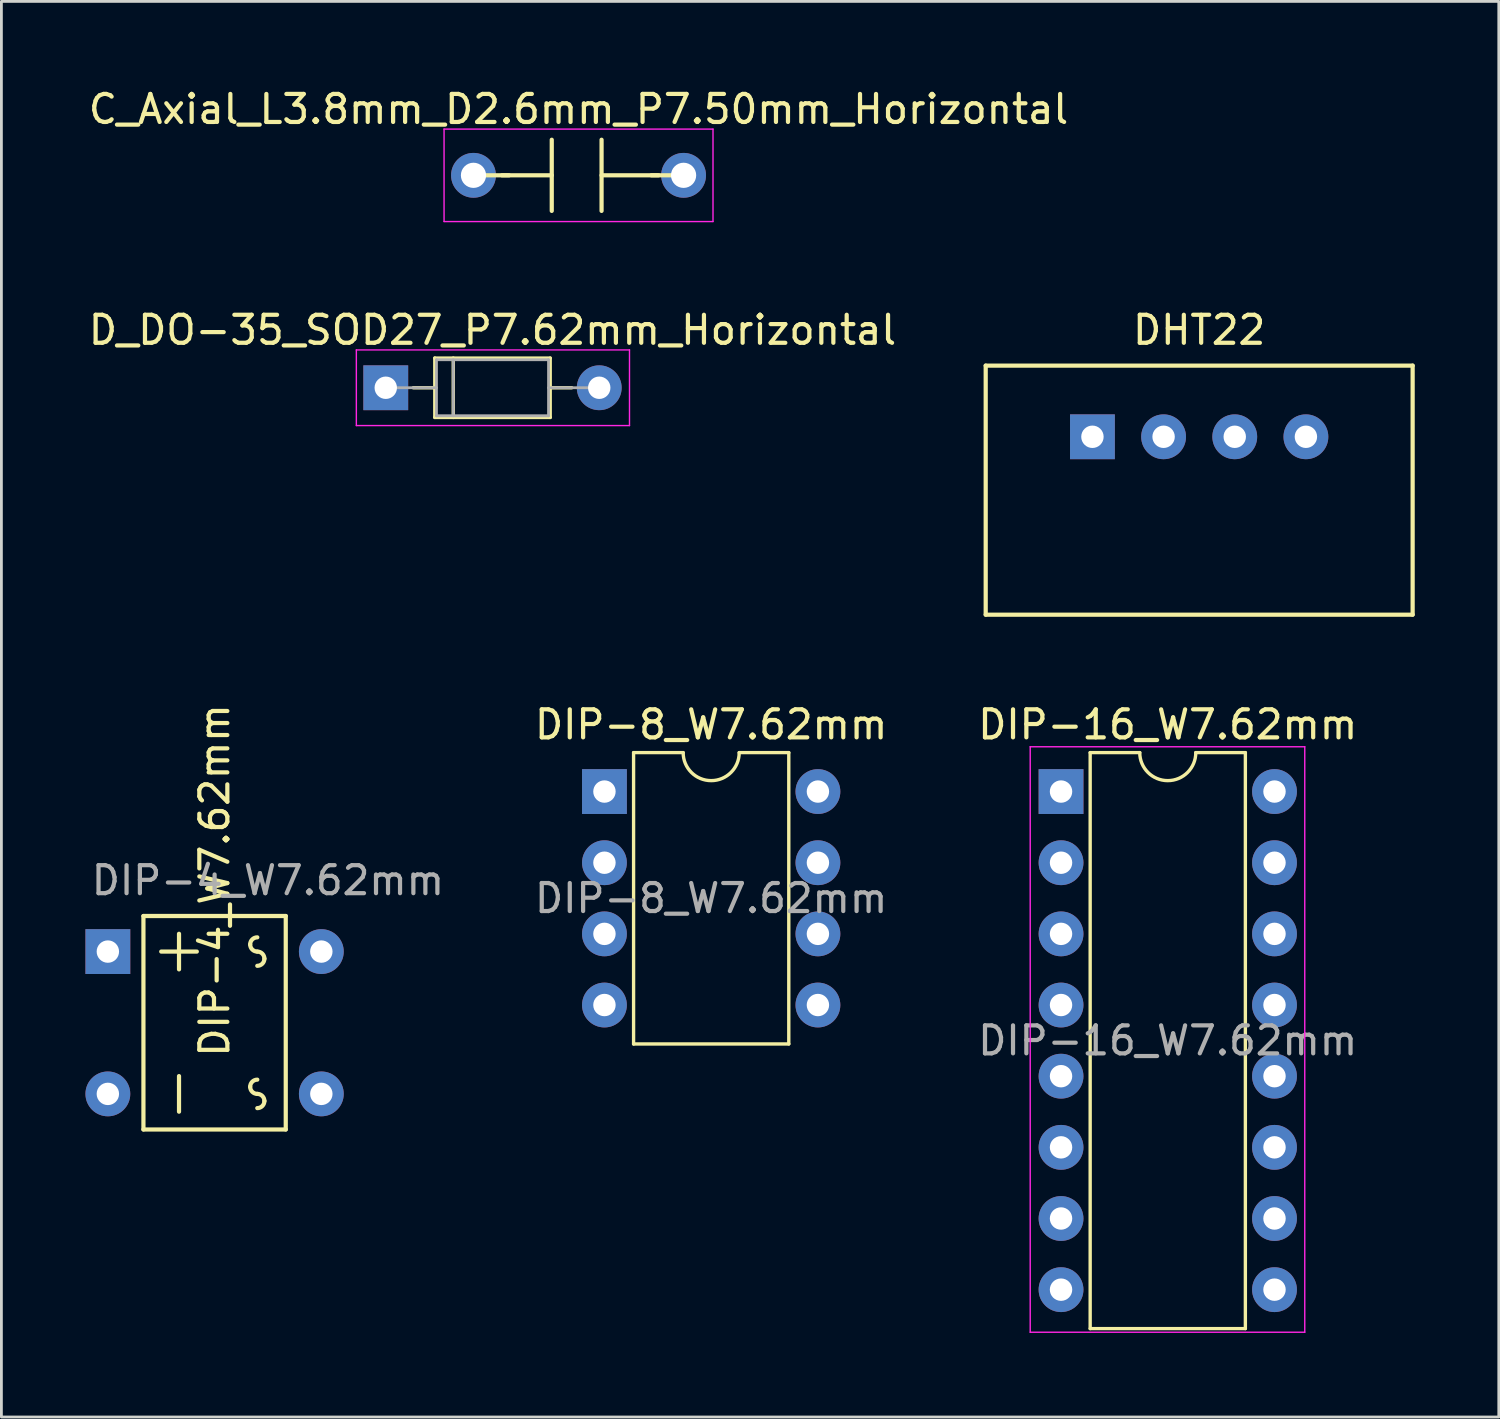
<source format=kicad_pcb>
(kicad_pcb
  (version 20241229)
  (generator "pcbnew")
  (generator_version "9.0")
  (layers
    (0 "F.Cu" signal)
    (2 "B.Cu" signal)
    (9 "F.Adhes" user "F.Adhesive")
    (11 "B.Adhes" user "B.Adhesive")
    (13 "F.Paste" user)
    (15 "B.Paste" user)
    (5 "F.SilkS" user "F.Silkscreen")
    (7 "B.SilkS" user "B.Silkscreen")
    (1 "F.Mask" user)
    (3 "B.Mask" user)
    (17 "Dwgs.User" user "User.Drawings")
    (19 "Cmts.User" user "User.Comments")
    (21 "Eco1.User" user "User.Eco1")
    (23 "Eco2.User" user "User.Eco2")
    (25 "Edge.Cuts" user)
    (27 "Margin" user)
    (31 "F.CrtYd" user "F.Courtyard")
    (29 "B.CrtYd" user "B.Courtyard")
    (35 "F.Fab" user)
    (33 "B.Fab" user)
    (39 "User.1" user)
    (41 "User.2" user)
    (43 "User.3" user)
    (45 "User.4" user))
  (footprint "DIP-16_W7.62mm"
    (layer "F.Cu")
    (at 34.824 25.205)
    (property "Reference" "DIP-16_W7.62mm" (at 3.81 -2.39 0) (layer "F.SilkS") (effects (font (size 1 1) (thickness 0.15))))
    (attr through_hole)
    (fp_line (start 1.04 -1.39) (end 1.04 19.17) (stroke (width 0.12) (type solid)) (layer "F.SilkS"))
    (fp_line (start 1.04 19.17) (end 6.58 19.17) (stroke (width 0.12) (type solid)) (layer "F.SilkS"))
    (fp_line (start 2.81 -1.39) (end 1.04 -1.39) (stroke (width 0.12) (type solid)) (layer "F.SilkS"))
    (fp_line (start 6.58 -1.39) (end 4.81 -1.39) (stroke (width 0.12) (type solid)) (layer "F.SilkS"))
    (fp_line (start 6.58 19.17) (end 6.58 -1.39) (stroke (width 0.12) (type solid)) (layer "F.SilkS"))
    (fp_arc (start 4.81 -1.39) (mid 3.81 -0.39) (end 2.81 -1.39) (stroke (width 0.12) (type solid)) (layer "F.SilkS"))
    (fp_line (start -1.1 -1.6) (end -1.1 19.3) (stroke (width 0.05) (type solid)) (layer "F.CrtYd"))
    (fp_line (start -1.1 19.3) (end 8.7 19.3) (stroke (width 0.05) (type solid)) (layer "F.CrtYd"))
    (fp_line (start 8.7 -1.6) (end -1.1 -1.6) (stroke (width 0.05) (type solid)) (layer "F.CrtYd"))
    (fp_line (start 8.7 19.3) (end 8.7 -1.6) (stroke (width 0.05) (type solid)) (layer "F.CrtYd"))
    (fp_text user "${REFERENCE}" (at 3.81 8.89 0) (layer "F.Fab") (effects (font (size 1 1) (thickness 0.15))))
    (pad "1" thru_hole rect (at 0 0) (size 1.6 1.6) (drill 0.8) (layers "*.Cu" "*.Mask"))
    (pad "2" thru_hole oval (at 0 2.54) (size 1.6 1.6) (drill 0.8) (layers "*.Cu" "*.Mask"))
    (pad "3" thru_hole oval (at 0 5.08) (size 1.6 1.6) (drill 0.8) (layers "*.Cu" "*.Mask"))
    (pad "4" thru_hole oval (at 0 7.62) (size 1.6 1.6) (drill 0.8) (layers "*.Cu" "*.Mask"))
    (pad "5" thru_hole oval (at 0 10.16) (size 1.6 1.6) (drill 0.8) (layers "*.Cu" "*.Mask"))
    (pad "6" thru_hole oval (at 0 12.7) (size 1.6 1.6) (drill 0.8) (layers "*.Cu" "*.Mask"))
    (pad "7" thru_hole oval (at 0 15.24) (size 1.6 1.6) (drill 0.8) (layers "*.Cu" "*.Mask"))
    (pad "8" thru_hole oval (at 0 17.78) (size 1.6 1.6) (drill 0.8) (layers "*.Cu" "*.Mask"))
    (pad "9" thru_hole oval (at 7.62 17.78) (size 1.6 1.6) (drill 0.8) (layers "*.Cu" "*.Mask"))
    (pad "10" thru_hole oval (at 7.62 15.24) (size 1.6 1.6) (drill 0.8) (layers "*.Cu" "*.Mask"))
    (pad "11" thru_hole oval (at 7.62 12.7) (size 1.6 1.6) (drill 0.8) (layers "*.Cu" "*.Mask"))
    (pad "12" thru_hole oval (at 7.62 10.16) (size 1.6 1.6) (drill 0.8) (layers "*.Cu" "*.Mask"))
    (pad "13" thru_hole oval (at 7.62 7.62) (size 1.6 1.6) (drill 0.8) (layers "*.Cu" "*.Mask"))
    (pad "14" thru_hole oval (at 7.62 5.08) (size 1.6 1.6) (drill 0.8) (layers "*.Cu" "*.Mask"))
    (pad "15" thru_hole oval (at 7.62 2.54) (size 1.6 1.6) (drill 0.8) (layers "*.Cu" "*.Mask"))
    (pad "16" thru_hole oval (at 7.62 0) (size 1.6 1.6) (drill 0.8) (layers "*.Cu" "*.Mask")))
  (footprint "D_DO-35_SOD27_P7.62mm_Horizontal"
    (layer "F.Cu")
    (at 10.72 10.791)
    (property "Reference" "D_DO-35_SOD27_P7.62mm_Horizontal" (at 3.81 -2.06 0) (layer "F.SilkS") (effects (font (size 1 1) (thickness 0.15))))
    (attr through_hole)
    (fp_line (start 0.98 0) (end 1.75 0) (stroke (width 0.12) (type solid)) (layer "F.SilkS"))
    (fp_line (start 1.75 -1.06) (end 1.75 1.06) (stroke (width 0.12) (type solid)) (layer "F.SilkS"))
    (fp_line (start 1.75 1.06) (end 5.87 1.06) (stroke (width 0.12) (type solid)) (layer "F.SilkS"))
    (fp_line (start 2.41 -1.06) (end 2.41 1.06) (stroke (width 0.12) (type solid)) (layer "F.SilkS"))
    (fp_line (start 5.87 -1.06) (end 1.75 -1.06) (stroke (width 0.12) (type solid)) (layer "F.SilkS"))
    (fp_line (start 5.87 1.06) (end 5.87 -1.06) (stroke (width 0.12) (type solid)) (layer "F.SilkS"))
    (fp_line (start 6.64 0) (end 5.87 0) (stroke (width 0.12) (type solid)) (layer "F.SilkS"))
    (fp_line (start -1.05 -1.35) (end -1.05 1.35) (stroke (width 0.05) (type solid)) (layer "F.CrtYd"))
    (fp_line (start -1.05 1.35) (end 8.7 1.35) (stroke (width 0.05) (type solid)) (layer "F.CrtYd"))
    (fp_line (start 8.7 -1.35) (end -1.05 -1.35) (stroke (width 0.05) (type solid)) (layer "F.CrtYd"))
    (fp_line (start 8.7 1.35) (end 8.7 -1.35) (stroke (width 0.05) (type solid)) (layer "F.CrtYd"))
    (fp_line (start 0 0) (end 1.81 0) (stroke (width 0.1) (type solid)) (layer "F.Fab"))
    (fp_line (start 1.81 -1) (end 1.81 1) (stroke (width 0.1) (type solid)) (layer "F.Fab"))
    (fp_line (start 1.81 1) (end 5.81 1) (stroke (width 0.1) (type solid)) (layer "F.Fab"))
    (fp_line (start 2.41 -1) (end 2.41 1) (stroke (width 0.1) (type solid)) (layer "F.Fab"))
    (fp_line (start 5.81 -1) (end 1.81 -1) (stroke (width 0.1) (type solid)) (layer "F.Fab"))
    (fp_line (start 5.81 1) (end 5.81 -1) (stroke (width 0.1) (type solid)) (layer "F.Fab"))
    (fp_line (start 7.62 0) (end 5.81 0) (stroke (width 0.1) (type solid)) (layer "F.Fab"))
    (pad "1" thru_hole rect (at 0 0) (size 1.6 1.6) (drill 0.8) (layers "*.Cu" "*.Mask"))
    (pad "2" thru_hole circle (at 7.62 0) (size 1.6 1.6) (drill 0.8) (layers "*.Cu" "*.Mask")))
  (footprint "DHT22"
    (layer "F.Cu")
    (at 39.755 12.541)
    (property "Reference" "DHT22" (at 0 -3.81 0) (layer "F.SilkS") (effects (font (size 1 1) (thickness 0.15))))
    (attr through_hole)
    (fp_line (start -7.62 -2.54) (end 7.62 -2.54) (stroke (width 0.15) (type solid)) (layer "F.SilkS"))
    (fp_line (start -7.62 6.35) (end -7.62 -2.54) (stroke (width 0.15) (type solid)) (layer "F.SilkS"))
    (fp_line (start 7.62 -2.54) (end 7.62 6.35) (stroke (width 0.15) (type solid)) (layer "F.SilkS"))
    (fp_line (start 7.62 6.35) (end -7.62 6.35) (stroke (width 0.15) (type solid)) (layer "F.SilkS"))
    (pad "1" thru_hole rect (at -3.81 0) (size 1.6 1.6) (drill 0.8) (layers "*.Cu" "*.Mask"))
    (pad "2" thru_hole circle (at -1.27 0) (size 1.6 1.6) (drill 0.8) (layers "*.Cu" "*.Mask"))
    (pad "3" thru_hole circle (at 1.27 0) (size 1.6 1.6) (drill 0.8) (layers "*.Cu" "*.Mask"))
    (pad "4" thru_hole circle (at 3.81 0) (size 1.6 1.6) (drill 0.8) (layers "*.Cu" "*.Mask")))
  (footprint "DIP-4_W7.62mm"
    (layer "F.Cu")
    (at 0.8 30.917)
    (property "Reference" "DIP-4_W7.62mm" (at 3.81 -2.54 90) (layer "F.SilkS") (effects (font (size 1 1) (thickness 0.15))))
    (attr through_hole)
    (fp_line (start 1.27 -1.27) (end 1.27 6.35) (stroke (width 0.15) (type solid)) (layer "F.SilkS"))
    (fp_line (start 1.27 6.35) (end 6.35 6.35) (stroke (width 0.15) (type solid)) (layer "F.SilkS"))
    (fp_line (start 1.905 0) (end 3.175 0) (stroke (width 0.15) (type solid)) (layer "F.SilkS"))
    (fp_line (start 2.54 0.635) (end 2.54 -0.635) (stroke (width 0.15) (type solid)) (layer "F.SilkS"))
    (fp_line (start 2.54 5.715) (end 2.54 4.445) (stroke (width 0.15) (type solid)) (layer "F.SilkS"))
    (fp_line (start 6.35 -1.27) (end 1.27 -1.27) (stroke (width 0.15) (type solid)) (layer "F.SilkS"))
    (fp_line (start 6.35 6.35) (end 6.35 -1.27) (stroke (width 0.15) (type solid)) (layer "F.SilkS"))
    (fp_arc (start 5.08 -0.254) (mid 5.154395 -0.433605) (end 5.334 -0.508) (stroke (width 0.15) (type solid)) (layer "F.SilkS"))
    (fp_arc (start 5.08 4.826) (mid 5.154395 4.646395) (end 5.334 4.572) (stroke (width 0.15) (type solid)) (layer "F.SilkS"))
    (fp_arc (start 5.334 0) (mid 5.154395 -0.074395) (end 5.08 -0.254) (stroke (width 0.15) (type solid)) (layer "F.SilkS"))
    (fp_arc (start 5.334 0) (mid 5.513605 0.074395) (end 5.588 0.254) (stroke (width 0.15) (type solid)) (layer "F.SilkS"))
    (fp_arc (start 5.334 5.08) (mid 5.154395 5.005605) (end 5.08 4.826) (stroke (width 0.15) (type solid)) (layer "F.SilkS"))
    (fp_arc (start 5.334 5.08) (mid 5.513605 5.154395) (end 5.588 5.334) (stroke (width 0.15) (type solid)) (layer "F.SilkS"))
    (fp_arc (start 5.588 0.254) (mid 5.513605 0.433605) (end 5.334 0.508) (stroke (width 0.15) (type solid)) (layer "F.SilkS"))
    (fp_arc (start 5.588 5.334) (mid 5.513605 5.513605) (end 5.334 5.588) (stroke (width 0.15) (type solid)) (layer "F.SilkS"))
    (fp_text user "${REFERENCE}" (at 5.715 -2.54 0) (layer "F.Fab") (effects (font (size 1 1) (thickness 0.15))))
    (pad "1" thru_hole rect (at 0 0) (size 1.6 1.6) (drill 0.8) (layers "*.Cu" "*.Mask"))
    (pad "2" thru_hole oval (at 0 5.08) (size 1.6 1.6) (drill 0.8) (layers "*.Cu" "*.Mask"))
    (pad "3" thru_hole oval (at 7.62 5.08) (size 1.6 1.6) (drill 0.8) (layers "*.Cu" "*.Mask"))
    (pad "4" thru_hole oval (at 7.62 0) (size 1.6 1.6) (drill 0.8) (layers "*.Cu" "*.Mask")))
  (footprint "C_Axial_L3.8mm_D2.6mm_P7.50mm_Horizontal"
    (layer "F.Cu")
    (at 13.851 3.208)
    (property "Reference" "C_Axial_L3.8mm_D2.6mm_P7.50mm_Horizontal" (at 3.75 -2.36 0) (layer "F.SilkS") (effects (font (size 1 1) (thickness 0.15))))
    (attr through_hole)
    (fp_line (start 1.016 0) (end 2.794 0) (stroke (width 0.15) (type solid)) (layer "F.SilkS"))
    (fp_line (start 1.27 0) (end 0 0) (stroke (width 0.15) (type solid)) (layer "F.SilkS"))
    (fp_line (start 2.794 -1.27) (end 2.794 1.27) (stroke (width 0.15) (type solid)) (layer "F.SilkS"))
    (fp_line (start 4.572 -1.27) (end 4.572 1.27) (stroke (width 0.15) (type solid)) (layer "F.SilkS"))
    (fp_line (start 4.572 0) (end 6.604 0) (stroke (width 0.15) (type solid)) (layer "F.SilkS"))
    (fp_line (start 6.35 0) (end 7.62 0) (stroke (width 0.15) (type solid)) (layer "F.SilkS"))
    (fp_line (start -1.05 -1.65) (end -1.05 1.65) (stroke (width 0.05) (type solid)) (layer "F.CrtYd"))
    (fp_line (start -1.05 1.65) (end 8.55 1.65) (stroke (width 0.05) (type solid)) (layer "F.CrtYd"))
    (fp_line (start 8.55 -1.65) (end -1.05 -1.65) (stroke (width 0.05) (type solid)) (layer "F.CrtYd"))
    (fp_line (start 8.55 1.65) (end 8.55 -1.65) (stroke (width 0.05) (type solid)) (layer "F.CrtYd"))
    (pad "1" thru_hole circle (at 0 0) (size 1.6 1.6) (drill 0.9) (layers "*.Cu" "*.Mask"))
    (pad "2" thru_hole oval (at 7.5 0) (size 1.6 1.6) (drill 0.9) (layers "*.Cu" "*.Mask")))
  (footprint "DIP-8_W7.62mm"
    (layer "F.Cu")
    (at 18.526 25.205)
    (property "Reference" "DIP-8_W7.62mm" (at 3.81 -2.39 0) (layer "F.SilkS") (effects (font (size 1 1) (thickness 0.15))))
    (attr through_hole)
    (fp_line (start 1.04 -1.39) (end 1.04 9.01) (stroke (width 0.12) (type solid)) (layer "F.SilkS"))
    (fp_line (start 1.04 9.01) (end 6.58 9.01) (stroke (width 0.12) (type solid)) (layer "F.SilkS"))
    (fp_line (start 2.81 -1.39) (end 1.04 -1.39) (stroke (width 0.12) (type solid)) (layer "F.SilkS"))
    (fp_line (start 6.58 -1.39) (end 4.81 -1.39) (stroke (width 0.12) (type solid)) (layer "F.SilkS"))
    (fp_line (start 6.58 9.01) (end 6.58 -1.39) (stroke (width 0.12) (type solid)) (layer "F.SilkS"))
    (fp_arc (start 4.81 -1.39) (mid 3.81 -0.39) (end 2.81 -1.39) (stroke (width 0.12) (type solid)) (layer "F.SilkS"))
    (fp_text user "${REFERENCE}" (at 3.81 3.81 0) (layer "F.Fab") (effects (font (size 1 1) (thickness 0.15))))
    (pad "1" thru_hole rect (at 0 0) (size 1.6 1.6) (drill 0.8) (layers "*.Cu" "*.Mask"))
    (pad "2" thru_hole oval (at 0 2.54) (size 1.6 1.6) (drill 0.8) (layers "*.Cu" "*.Mask"))
    (pad "3" thru_hole oval (at 0 5.08) (size 1.6 1.6) (drill 0.8) (layers "*.Cu" "*.Mask"))
    (pad "4" thru_hole oval (at 0 7.62) (size 1.6 1.6) (drill 0.8) (layers "*.Cu" "*.Mask"))
    (pad "5" thru_hole oval (at 7.62 7.62) (size 1.6 1.6) (drill 0.8) (layers "*.Cu" "*.Mask"))
    (pad "6" thru_hole oval (at 7.62 5.08) (size 1.6 1.6) (drill 0.8) (layers "*.Cu" "*.Mask"))
    (pad "7" thru_hole oval (at 7.62 2.54) (size 1.6 1.6) (drill 0.8) (layers "*.Cu" "*.Mask"))
    (pad "8" thru_hole oval (at 7.62 0) (size 1.6 1.6) (drill 0.8) (layers "*.Cu" "*.Mask")))
  (gr_rect
    (start -3 -3)
    (end 50.45 47.53)
    (stroke (width 0.1) (type default))
    (fill no)
    (layer "Edge.Cuts")))
</source>
